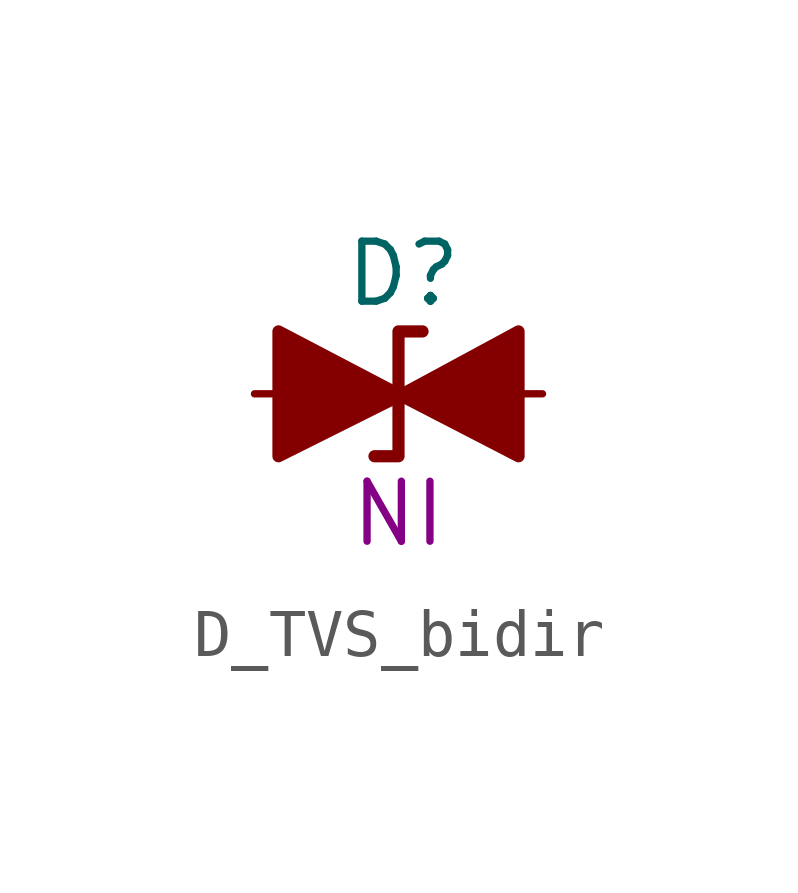
<source format=kicad_sym>
(kicad_symbol_lib
  (version 20241209)
  (generator "kicad_symbol_editor")
  (generator_version "9.0")
  (symbol "D_TVS_bidir"
    (pin_numbers
      (hide yes))
    (pin_names
      (offset 1.016)
      (hide yes))
    (property "Reference" "D"
      (at 3.1 2.5 0)
      (do_not_autoplace)
      (effects (font (size 1.25 1.25))))
    (property "Part#" "NI"
      (at 3 -2.5 0)
      (do_not_autoplace)
      (effects (font (size 1.25 1.25))))
    (symbol "D_TVS_bidir_0_1"
      (polyline (pts (xy 0.5 -1.3) (xy 3.04 -0.03) (xy 0.5 1.3) (xy 0.5 -1.3)) (stroke (width 0.254) (type default)) (fill (type outline)))
      (polyline (pts (xy 3.27 0) (xy 0.73 0)) (stroke (width 0) (type default)) (fill (type none)))
      (polyline (pts (xy 3.5 1.3) (xy 3 1.3) (xy 3 -1.3) (xy 2.5 -1.3)) (stroke (width 0.254) (type default)) (fill (type none)))
      (polyline (pts (xy 5.5 1.3) (xy 5.5 -1.3) (xy 3.04 -0.03) (xy 5.5 1.3)) (stroke (width 0.254) (type default)) (fill (type outline))))
    (symbol "D_TVS_bidir_1_1"
      (pin passive line (at 0 0 0) (length 2.54) (name "A1" (effects (font (size 1.25 1.25)))) (number "A1" (effects (font (size 1.25 1.25)))))
      (pin passive line (at 6 0 180) (length 2.54) (name "A2" (effects (font (size 1.25 1.25)))) (number "A2" (effects (font (size 1.25 1.25))))))))
</source>
